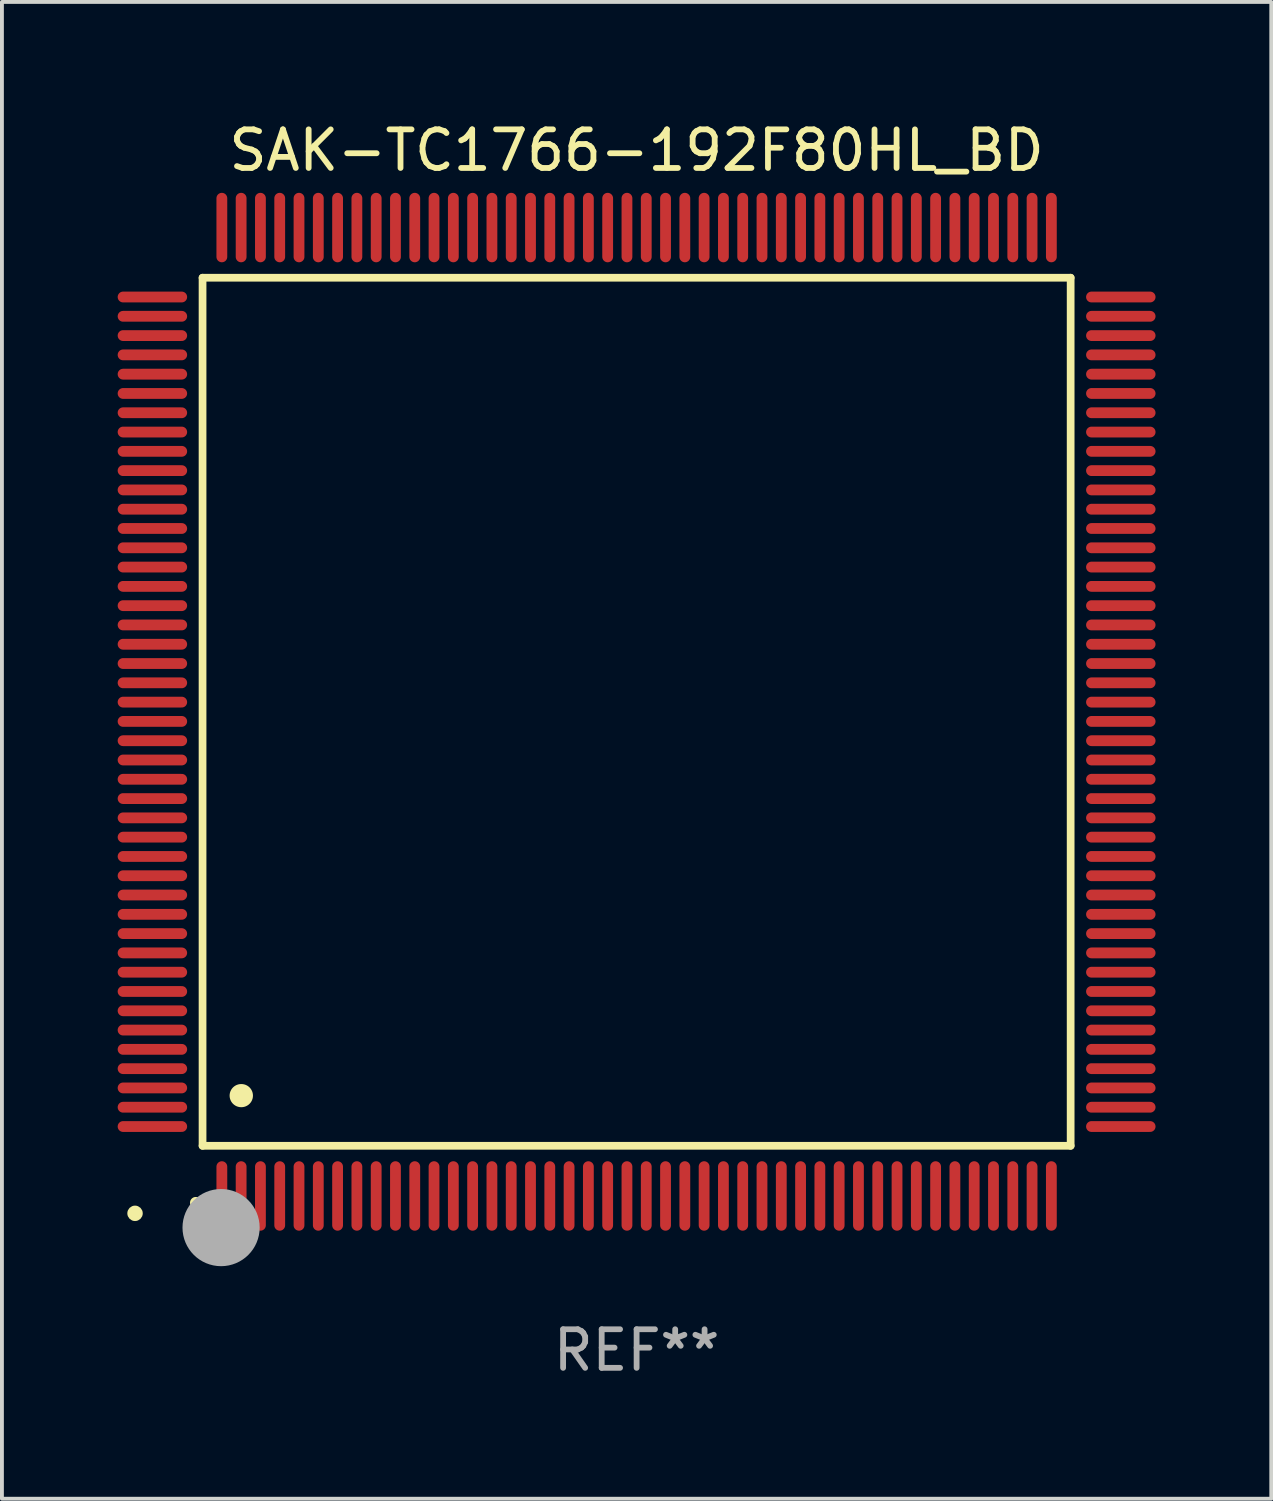
<source format=kicad_pcb>
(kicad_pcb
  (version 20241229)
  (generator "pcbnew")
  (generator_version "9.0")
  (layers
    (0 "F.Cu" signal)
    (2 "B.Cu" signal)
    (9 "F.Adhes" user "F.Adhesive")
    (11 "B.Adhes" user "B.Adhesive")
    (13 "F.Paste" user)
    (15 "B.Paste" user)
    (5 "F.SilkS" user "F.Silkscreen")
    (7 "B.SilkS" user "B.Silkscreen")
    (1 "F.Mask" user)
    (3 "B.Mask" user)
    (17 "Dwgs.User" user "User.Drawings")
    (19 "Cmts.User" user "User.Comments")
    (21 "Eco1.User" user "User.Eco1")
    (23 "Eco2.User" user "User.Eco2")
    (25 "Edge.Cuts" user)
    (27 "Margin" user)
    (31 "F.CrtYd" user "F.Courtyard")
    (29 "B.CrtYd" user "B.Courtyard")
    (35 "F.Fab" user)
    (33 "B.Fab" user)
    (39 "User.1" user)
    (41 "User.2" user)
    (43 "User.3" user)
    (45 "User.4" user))
  (footprint "SAK-TC1766-192F80HL_BD"
    (layer "F.Cu")
    (at 13.45 15.398)
    (property "Reference" "SAK-TC1766-192F80HL_BD" (at 0 -14.55 0) (layer "F.SilkS") (effects (font (size 1 1) (thickness 0.15))))
    (attr through_hole)
    (fp_line (start -11.25 -11.25) (end 11.25 -11.25) (stroke (width 0.2) (type solid)) (layer "F.SilkS"))
    (fp_line (start -11.25 11.25) (end -11.25 -11.25) (stroke (width 0.2) (type solid)) (layer "F.SilkS"))
    (fp_line (start 11.25 -11.25) (end 11.25 11.25) (stroke (width 0.2) (type solid)) (layer "F.SilkS"))
    (fp_line (start 11.25 11.25) (end -11.25 11.25) (stroke (width 0.2) (type solid)) (layer "F.SilkS"))
    (fp_arc (start -11.424943 12.725425) (mid -11.423673 12.72542) (end -11.422403 12.725425) (stroke (width 0.3) (type solid)) (layer "F.SilkS"))
    (fp_arc (start -10.24892 9.9492) (mid -10.24638 9.949189) (end -10.24384 9.9492) (stroke (width 0.6) (type solid)) (layer "F.SilkS"))
    (fp_circle (center -13 13) (end -12.9 13) (stroke (width 0.2) (type solid)) (fill no) (layer "F.SilkS"))
    (fp_circle (center -10.77 13.37) (end -10.27 13.37) (stroke (width 1) (type solid)) (fill no) (layer "F.Fab"))
    (fp_text user "REF**" (at 0 16.55 0) (layer "F.Fab") (effects (font (size 1 1) (thickness 0.15))))
    (pad "1" smd oval (at -10.75 12.55) (size 0.28 1.8) (layers "F.Cu" "F.Mask" "F.Paste"))
    (pad "2" smd oval (at -10.25 12.55) (size 0.28 1.8) (layers "F.Cu" "F.Mask" "F.Paste"))
    (pad "3" smd oval (at -9.75 12.55) (size 0.28 1.8) (layers "F.Cu" "F.Mask" "F.Paste"))
    (pad "4" smd oval (at -9.25 12.55) (size 0.28 1.8) (layers "F.Cu" "F.Mask" "F.Paste"))
    (pad "5" smd oval (at -8.75 12.55) (size 0.28 1.8) (layers "F.Cu" "F.Mask" "F.Paste"))
    (pad "6" smd oval (at -8.25 12.55) (size 0.28 1.8) (layers "F.Cu" "F.Mask" "F.Paste"))
    (pad "7" smd oval (at -7.75 12.55) (size 0.28 1.8) (layers "F.Cu" "F.Mask" "F.Paste"))
    (pad "8" smd oval (at -7.25 12.55) (size 0.28 1.8) (layers "F.Cu" "F.Mask" "F.Paste"))
    (pad "9" smd oval (at -6.75 12.55) (size 0.28 1.8) (layers "F.Cu" "F.Mask" "F.Paste"))
    (pad "10" smd oval (at -6.25 12.55) (size 0.28 1.8) (layers "F.Cu" "F.Mask" "F.Paste"))
    (pad "11" smd oval (at -5.75 12.55) (size 0.28 1.8) (layers "F.Cu" "F.Mask" "F.Paste"))
    (pad "12" smd oval (at -5.25 12.55) (size 0.28 1.8) (layers "F.Cu" "F.Mask" "F.Paste"))
    (pad "13" smd oval (at -4.75 12.55) (size 0.28 1.8) (layers "F.Cu" "F.Mask" "F.Paste"))
    (pad "14" smd oval (at -4.25 12.55) (size 0.28 1.8) (layers "F.Cu" "F.Mask" "F.Paste"))
    (pad "15" smd oval (at -3.75 12.55) (size 0.28 1.8) (layers "F.Cu" "F.Mask" "F.Paste"))
    (pad "16" smd oval (at -3.25 12.55) (size 0.28 1.8) (layers "F.Cu" "F.Mask" "F.Paste"))
    (pad "17" smd oval (at -2.75 12.55) (size 0.28 1.8) (layers "F.Cu" "F.Mask" "F.Paste"))
    (pad "18" smd oval (at -2.25 12.55) (size 0.28 1.8) (layers "F.Cu" "F.Mask" "F.Paste"))
    (pad "19" smd oval (at -1.75 12.55) (size 0.28 1.8) (layers "F.Cu" "F.Mask" "F.Paste"))
    (pad "20" smd oval (at -1.25 12.55) (size 0.28 1.8) (layers "F.Cu" "F.Mask" "F.Paste"))
    (pad "21" smd oval (at -0.75 12.55) (size 0.28 1.8) (layers "F.Cu" "F.Mask" "F.Paste"))
    (pad "22" smd oval (at -0.25 12.55) (size 0.28 1.8) (layers "F.Cu" "F.Mask" "F.Paste"))
    (pad "23" smd oval (at 0.25 12.55) (size 0.28 1.8) (layers "F.Cu" "F.Mask" "F.Paste"))
    (pad "24" smd oval (at 0.75 12.55) (size 0.28 1.8) (layers "F.Cu" "F.Mask" "F.Paste"))
    (pad "25" smd oval (at 1.25 12.55) (size 0.28 1.8) (layers "F.Cu" "F.Mask" "F.Paste"))
    (pad "26" smd oval (at 1.75 12.55) (size 0.28 1.8) (layers "F.Cu" "F.Mask" "F.Paste"))
    (pad "27" smd oval (at 2.25 12.55) (size 0.28 1.8) (layers "F.Cu" "F.Mask" "F.Paste"))
    (pad "28" smd oval (at 2.75 12.55) (size 0.28 1.8) (layers "F.Cu" "F.Mask" "F.Paste"))
    (pad "29" smd oval (at 3.25 12.55) (size 0.28 1.8) (layers "F.Cu" "F.Mask" "F.Paste"))
    (pad "30" smd oval (at 3.75 12.55) (size 0.28 1.8) (layers "F.Cu" "F.Mask" "F.Paste"))
    (pad "31" smd oval (at 4.25 12.55) (size 0.28 1.8) (layers "F.Cu" "F.Mask" "F.Paste"))
    (pad "32" smd oval (at 4.75 12.55) (size 0.28 1.8) (layers "F.Cu" "F.Mask" "F.Paste"))
    (pad "33" smd oval (at 5.25 12.55) (size 0.28 1.8) (layers "F.Cu" "F.Mask" "F.Paste"))
    (pad "34" smd oval (at 5.75 12.55) (size 0.28 1.8) (layers "F.Cu" "F.Mask" "F.Paste"))
    (pad "35" smd oval (at 6.25 12.55) (size 0.28 1.8) (layers "F.Cu" "F.Mask" "F.Paste"))
    (pad "36" smd oval (at 6.75 12.55) (size 0.28 1.8) (layers "F.Cu" "F.Mask" "F.Paste"))
    (pad "37" smd oval (at 7.25 12.55) (size 0.28 1.8) (layers "F.Cu" "F.Mask" "F.Paste"))
    (pad "38" smd oval (at 7.75 12.55) (size 0.28 1.8) (layers "F.Cu" "F.Mask" "F.Paste"))
    (pad "39" smd oval (at 8.25 12.55) (size 0.28 1.8) (layers "F.Cu" "F.Mask" "F.Paste"))
    (pad "40" smd oval (at 8.75 12.55) (size 0.28 1.8) (layers "F.Cu" "F.Mask" "F.Paste"))
    (pad "41" smd oval (at 9.25 12.55) (size 0.28 1.8) (layers "F.Cu" "F.Mask" "F.Paste"))
    (pad "42" smd oval (at 9.75 12.55) (size 0.28 1.8) (layers "F.Cu" "F.Mask" "F.Paste"))
    (pad "43" smd oval (at 10.25 12.55) (size 0.28 1.8) (layers "F.Cu" "F.Mask" "F.Paste"))
    (pad "44" smd oval (at 10.75 12.55) (size 0.28 1.8) (layers "F.Cu" "F.Mask" "F.Paste"))
    (pad "45" smd oval (at 12.55 10.75) (size 1.8 0.28) (layers "F.Cu" "F.Mask" "F.Paste"))
    (pad "46" smd oval (at 12.55 10.25) (size 1.8 0.28) (layers "F.Cu" "F.Mask" "F.Paste"))
    (pad "47" smd oval (at 12.55 9.75) (size 1.8 0.28) (layers "F.Cu" "F.Mask" "F.Paste"))
    (pad "48" smd oval (at 12.55 9.25) (size 1.8 0.28) (layers "F.Cu" "F.Mask" "F.Paste"))
    (pad "49" smd oval (at 12.55 8.75) (size 1.8 0.28) (layers "F.Cu" "F.Mask" "F.Paste"))
    (pad "50" smd oval (at 12.55 8.25) (size 1.8 0.28) (layers "F.Cu" "F.Mask" "F.Paste"))
    (pad "51" smd oval (at 12.55 7.75) (size 1.8 0.28) (layers "F.Cu" "F.Mask" "F.Paste"))
    (pad "52" smd oval (at 12.55 7.25) (size 1.8 0.28) (layers "F.Cu" "F.Mask" "F.Paste"))
    (pad "53" smd oval (at 12.55 6.75) (size 1.8 0.28) (layers "F.Cu" "F.Mask" "F.Paste"))
    (pad "54" smd oval (at 12.55 6.25) (size 1.8 0.28) (layers "F.Cu" "F.Mask" "F.Paste"))
    (pad "55" smd oval (at 12.55 5.75) (size 1.8 0.28) (layers "F.Cu" "F.Mask" "F.Paste"))
    (pad "56" smd oval (at 12.55 5.25) (size 1.8 0.28) (layers "F.Cu" "F.Mask" "F.Paste"))
    (pad "57" smd oval (at 12.55 4.75) (size 1.8 0.28) (layers "F.Cu" "F.Mask" "F.Paste"))
    (pad "58" smd oval (at 12.55 4.25) (size 1.8 0.28) (layers "F.Cu" "F.Mask" "F.Paste"))
    (pad "59" smd oval (at 12.55 3.75) (size 1.8 0.28) (layers "F.Cu" "F.Mask" "F.Paste"))
    (pad "60" smd oval (at 12.55 3.25) (size 1.8 0.28) (layers "F.Cu" "F.Mask" "F.Paste"))
    (pad "61" smd oval (at 12.55 2.75) (size 1.8 0.28) (layers "F.Cu" "F.Mask" "F.Paste"))
    (pad "62" smd oval (at 12.55 2.25) (size 1.8 0.28) (layers "F.Cu" "F.Mask" "F.Paste"))
    (pad "63" smd oval (at 12.55 1.75) (size 1.8 0.28) (layers "F.Cu" "F.Mask" "F.Paste"))
    (pad "64" smd oval (at 12.55 1.25) (size 1.8 0.28) (layers "F.Cu" "F.Mask" "F.Paste"))
    (pad "65" smd oval (at 12.55 0.75) (size 1.8 0.28) (layers "F.Cu" "F.Mask" "F.Paste"))
    (pad "66" smd oval (at 12.55 0.25) (size 1.8 0.28) (layers "F.Cu" "F.Mask" "F.Paste"))
    (pad "67" smd oval (at 12.55 -0.25) (size 1.8 0.28) (layers "F.Cu" "F.Mask" "F.Paste"))
    (pad "68" smd oval (at 12.55 -0.75) (size 1.8 0.28) (layers "F.Cu" "F.Mask" "F.Paste"))
    (pad "69" smd oval (at 12.55 -1.25) (size 1.8 0.28) (layers "F.Cu" "F.Mask" "F.Paste"))
    (pad "70" smd oval (at 12.55 -1.75) (size 1.8 0.28) (layers "F.Cu" "F.Mask" "F.Paste"))
    (pad "71" smd oval (at 12.55 -2.25) (size 1.8 0.28) (layers "F.Cu" "F.Mask" "F.Paste"))
    (pad "72" smd oval (at 12.55 -2.75) (size 1.8 0.28) (layers "F.Cu" "F.Mask" "F.Paste"))
    (pad "73" smd oval (at 12.55 -3.25) (size 1.8 0.28) (layers "F.Cu" "F.Mask" "F.Paste"))
    (pad "74" smd oval (at 12.55 -3.75) (size 1.8 0.28) (layers "F.Cu" "F.Mask" "F.Paste"))
    (pad "75" smd oval (at 12.55 -4.25) (size 1.8 0.28) (layers "F.Cu" "F.Mask" "F.Paste"))
    (pad "76" smd oval (at 12.55 -4.75) (size 1.8 0.28) (layers "F.Cu" "F.Mask" "F.Paste"))
    (pad "77" smd oval (at 12.55 -5.25) (size 1.8 0.28) (layers "F.Cu" "F.Mask" "F.Paste"))
    (pad "78" smd oval (at 12.55 -5.75) (size 1.8 0.28) (layers "F.Cu" "F.Mask" "F.Paste"))
    (pad "79" smd oval (at 12.55 -6.25) (size 1.8 0.28) (layers "F.Cu" "F.Mask" "F.Paste"))
    (pad "80" smd oval (at 12.55 -6.75) (size 1.8 0.28) (layers "F.Cu" "F.Mask" "F.Paste"))
    (pad "81" smd oval (at 12.55 -7.25) (size 1.8 0.28) (layers "F.Cu" "F.Mask" "F.Paste"))
    (pad "82" smd oval (at 12.55 -7.75) (size 1.8 0.28) (layers "F.Cu" "F.Mask" "F.Paste"))
    (pad "83" smd oval (at 12.55 -8.25) (size 1.8 0.28) (layers "F.Cu" "F.Mask" "F.Paste"))
    (pad "84" smd oval (at 12.55 -8.75) (size 1.8 0.28) (layers "F.Cu" "F.Mask" "F.Paste"))
    (pad "85" smd oval (at 12.55 -9.25) (size 1.8 0.28) (layers "F.Cu" "F.Mask" "F.Paste"))
    (pad "86" smd oval (at 12.55 -9.75) (size 1.8 0.28) (layers "F.Cu" "F.Mask" "F.Paste"))
    (pad "87" smd oval (at 12.55 -10.25) (size 1.8 0.28) (layers "F.Cu" "F.Mask" "F.Paste"))
    (pad "88" smd oval (at 12.55 -10.75) (size 1.8 0.28) (layers "F.Cu" "F.Mask" "F.Paste"))
    (pad "89" smd oval (at 10.75 -12.55) (size 0.28 1.8) (layers "F.Cu" "F.Mask" "F.Paste"))
    (pad "90" smd oval (at 10.25 -12.55) (size 0.28 1.8) (layers "F.Cu" "F.Mask" "F.Paste"))
    (pad "91" smd oval (at 9.75 -12.55) (size 0.28 1.8) (layers "F.Cu" "F.Mask" "F.Paste"))
    (pad "92" smd oval (at 9.25 -12.55) (size 0.28 1.8) (layers "F.Cu" "F.Mask" "F.Paste"))
    (pad "93" smd oval (at 8.75 -12.55) (size 0.28 1.8) (layers "F.Cu" "F.Mask" "F.Paste"))
    (pad "94" smd oval (at 8.25 -12.55) (size 0.28 1.8) (layers "F.Cu" "F.Mask" "F.Paste"))
    (pad "95" smd oval (at 7.75 -12.55) (size 0.28 1.8) (layers "F.Cu" "F.Mask" "F.Paste"))
    (pad "96" smd oval (at 7.25 -12.55) (size 0.28 1.8) (layers "F.Cu" "F.Mask" "F.Paste"))
    (pad "97" smd oval (at 6.75 -12.55) (size 0.28 1.8) (layers "F.Cu" "F.Mask" "F.Paste"))
    (pad "98" smd oval (at 6.25 -12.55) (size 0.28 1.8) (layers "F.Cu" "F.Mask" "F.Paste"))
    (pad "99" smd oval (at 5.75 -12.55) (size 0.28 1.8) (layers "F.Cu" "F.Mask" "F.Paste"))
    (pad "100" smd oval (at 5.25 -12.55) (size 0.28 1.8) (layers "F.Cu" "F.Mask" "F.Paste"))
    (pad "101" smd oval (at 4.75 -12.55) (size 0.28 1.8) (layers "F.Cu" "F.Mask" "F.Paste"))
    (pad "102" smd oval (at 4.25 -12.55) (size 0.28 1.8) (layers "F.Cu" "F.Mask" "F.Paste"))
    (pad "103" smd oval (at 3.75 -12.55) (size 0.28 1.8) (layers "F.Cu" "F.Mask" "F.Paste"))
    (pad "104" smd oval (at 3.25 -12.55) (size 0.28 1.8) (layers "F.Cu" "F.Mask" "F.Paste"))
    (pad "105" smd oval (at 2.75 -12.55) (size 0.28 1.8) (layers "F.Cu" "F.Mask" "F.Paste"))
    (pad "106" smd oval (at 2.25 -12.55) (size 0.28 1.8) (layers "F.Cu" "F.Mask" "F.Paste"))
    (pad "107" smd oval (at 1.75 -12.55) (size 0.28 1.8) (layers "F.Cu" "F.Mask" "F.Paste"))
    (pad "108" smd oval (at 1.25 -12.55) (size 0.28 1.8) (layers "F.Cu" "F.Mask" "F.Paste"))
    (pad "109" smd oval (at 0.75 -12.55) (size 0.28 1.8) (layers "F.Cu" "F.Mask" "F.Paste"))
    (pad "110" smd oval (at 0.25 -12.55) (size 0.28 1.8) (layers "F.Cu" "F.Mask" "F.Paste"))
    (pad "111" smd oval (at -0.25 -12.55) (size 0.28 1.8) (layers "F.Cu" "F.Mask" "F.Paste"))
    (pad "112" smd oval (at -0.75 -12.55) (size 0.28 1.8) (layers "F.Cu" "F.Mask" "F.Paste"))
    (pad "113" smd oval (at -1.25 -12.55) (size 0.28 1.8) (layers "F.Cu" "F.Mask" "F.Paste"))
    (pad "114" smd oval (at -1.75 -12.55) (size 0.28 1.8) (layers "F.Cu" "F.Mask" "F.Paste"))
    (pad "115" smd oval (at -2.25 -12.55) (size 0.28 1.8) (layers "F.Cu" "F.Mask" "F.Paste"))
    (pad "116" smd oval (at -2.75 -12.55) (size 0.28 1.8) (layers "F.Cu" "F.Mask" "F.Paste"))
    (pad "117" smd oval (at -3.25 -12.55) (size 0.28 1.8) (layers "F.Cu" "F.Mask" "F.Paste"))
    (pad "118" smd oval (at -3.75 -12.55) (size 0.28 1.8) (layers "F.Cu" "F.Mask" "F.Paste"))
    (pad "119" smd oval (at -4.25 -12.55) (size 0.28 1.8) (layers "F.Cu" "F.Mask" "F.Paste"))
    (pad "120" smd oval (at -4.75 -12.55) (size 0.28 1.8) (layers "F.Cu" "F.Mask" "F.Paste"))
    (pad "121" smd oval (at -5.25 -12.55) (size 0.28 1.8) (layers "F.Cu" "F.Mask" "F.Paste"))
    (pad "122" smd oval (at -5.75 -12.55) (size 0.28 1.8) (layers "F.Cu" "F.Mask" "F.Paste"))
    (pad "123" smd oval (at -6.25 -12.55) (size 0.28 1.8) (layers "F.Cu" "F.Mask" "F.Paste"))
    (pad "124" smd oval (at -6.75 -12.55) (size 0.28 1.8) (layers "F.Cu" "F.Mask" "F.Paste"))
    (pad "125" smd oval (at -7.25 -12.55) (size 0.28 1.8) (layers "F.Cu" "F.Mask" "F.Paste"))
    (pad "126" smd oval (at -7.75 -12.55) (size 0.28 1.8) (layers "F.Cu" "F.Mask" "F.Paste"))
    (pad "127" smd oval (at -8.25 -12.55) (size 0.28 1.8) (layers "F.Cu" "F.Mask" "F.Paste"))
    (pad "128" smd oval (at -8.75 -12.55) (size 0.28 1.8) (layers "F.Cu" "F.Mask" "F.Paste"))
    (pad "129" smd oval (at -9.25 -12.55) (size 0.28 1.8) (layers "F.Cu" "F.Mask" "F.Paste"))
    (pad "130" smd oval (at -9.75 -12.55) (size 0.28 1.8) (layers "F.Cu" "F.Mask" "F.Paste"))
    (pad "131" smd oval (at -10.25 -12.55) (size 0.28 1.8) (layers "F.Cu" "F.Mask" "F.Paste"))
    (pad "132" smd oval (at -10.75 -12.55) (size 0.28 1.8) (layers "F.Cu" "F.Mask" "F.Paste"))
    (pad "133" smd oval (at -12.55 -10.75) (size 1.8 0.28) (layers "F.Cu" "F.Mask" "F.Paste"))
    (pad "134" smd oval (at -12.55 -10.25) (size 1.8 0.28) (layers "F.Cu" "F.Mask" "F.Paste"))
    (pad "135" smd oval (at -12.55 -9.75) (size 1.8 0.28) (layers "F.Cu" "F.Mask" "F.Paste"))
    (pad "136" smd oval (at -12.55 -9.25) (size 1.8 0.28) (layers "F.Cu" "F.Mask" "F.Paste"))
    (pad "137" smd oval (at -12.55 -8.75) (size 1.8 0.28) (layers "F.Cu" "F.Mask" "F.Paste"))
    (pad "138" smd oval (at -12.55 -8.25) (size 1.8 0.28) (layers "F.Cu" "F.Mask" "F.Paste"))
    (pad "139" smd oval (at -12.55 -7.75) (size 1.8 0.28) (layers "F.Cu" "F.Mask" "F.Paste"))
    (pad "140" smd oval (at -12.55 -7.25) (size 1.8 0.28) (layers "F.Cu" "F.Mask" "F.Paste"))
    (pad "141" smd oval (at -12.55 -6.75) (size 1.8 0.28) (layers "F.Cu" "F.Mask" "F.Paste"))
    (pad "142" smd oval (at -12.55 -6.25) (size 1.8 0.28) (layers "F.Cu" "F.Mask" "F.Paste"))
    (pad "143" smd oval (at -12.55 -5.75) (size 1.8 0.28) (layers "F.Cu" "F.Mask" "F.Paste"))
    (pad "144" smd oval (at -12.55 -5.25) (size 1.8 0.28) (layers "F.Cu" "F.Mask" "F.Paste"))
    (pad "145" smd oval (at -12.55 -4.75) (size 1.8 0.28) (layers "F.Cu" "F.Mask" "F.Paste"))
    (pad "146" smd oval (at -12.55 -4.25) (size 1.8 0.28) (layers "F.Cu" "F.Mask" "F.Paste"))
    (pad "147" smd oval (at -12.55 -3.75) (size 1.8 0.28) (layers "F.Cu" "F.Mask" "F.Paste"))
    (pad "148" smd oval (at -12.55 -3.25) (size 1.8 0.28) (layers "F.Cu" "F.Mask" "F.Paste"))
    (pad "149" smd oval (at -12.55 -2.75) (size 1.8 0.28) (layers "F.Cu" "F.Mask" "F.Paste"))
    (pad "150" smd oval (at -12.55 -2.25) (size 1.8 0.28) (layers "F.Cu" "F.Mask" "F.Paste"))
    (pad "151" smd oval (at -12.55 -1.75) (size 1.8 0.28) (layers "F.Cu" "F.Mask" "F.Paste"))
    (pad "152" smd oval (at -12.55 -1.25) (size 1.8 0.28) (layers "F.Cu" "F.Mask" "F.Paste"))
    (pad "153" smd oval (at -12.55 -0.75) (size 1.8 0.28) (layers "F.Cu" "F.Mask" "F.Paste"))
    (pad "154" smd oval (at -12.55 -0.25) (size 1.8 0.28) (layers "F.Cu" "F.Mask" "F.Paste"))
    (pad "155" smd oval (at -12.55 0.25) (size 1.8 0.28) (layers "F.Cu" "F.Mask" "F.Paste"))
    (pad "156" smd oval (at -12.55 0.75) (size 1.8 0.28) (layers "F.Cu" "F.Mask" "F.Paste"))
    (pad "157" smd oval (at -12.55 1.25) (size 1.8 0.28) (layers "F.Cu" "F.Mask" "F.Paste"))
    (pad "158" smd oval (at -12.55 1.75) (size 1.8 0.28) (layers "F.Cu" "F.Mask" "F.Paste"))
    (pad "159" smd oval (at -12.55 2.25) (size 1.8 0.28) (layers "F.Cu" "F.Mask" "F.Paste"))
    (pad "160" smd oval (at -12.55 2.75) (size 1.8 0.28) (layers "F.Cu" "F.Mask" "F.Paste"))
    (pad "161" smd oval (at -12.55 3.25) (size 1.8 0.28) (layers "F.Cu" "F.Mask" "F.Paste"))
    (pad "162" smd oval (at -12.55 3.75) (size 1.8 0.28) (layers "F.Cu" "F.Mask" "F.Paste"))
    (pad "163" smd oval (at -12.55 4.25) (size 1.8 0.28) (layers "F.Cu" "F.Mask" "F.Paste"))
    (pad "164" smd oval (at -12.55 4.75) (size 1.8 0.28) (layers "F.Cu" "F.Mask" "F.Paste"))
    (pad "165" smd oval (at -12.55 5.25) (size 1.8 0.28) (layers "F.Cu" "F.Mask" "F.Paste"))
    (pad "166" smd oval (at -12.55 5.75) (size 1.8 0.28) (layers "F.Cu" "F.Mask" "F.Paste"))
    (pad "167" smd oval (at -12.55 6.25) (size 1.8 0.28) (layers "F.Cu" "F.Mask" "F.Paste"))
    (pad "168" smd oval (at -12.55 6.75) (size 1.8 0.28) (layers "F.Cu" "F.Mask" "F.Paste"))
    (pad "169" smd oval (at -12.55 7.25) (size 1.8 0.28) (layers "F.Cu" "F.Mask" "F.Paste"))
    (pad "170" smd oval (at -12.55 7.75) (size 1.8 0.28) (layers "F.Cu" "F.Mask" "F.Paste"))
    (pad "171" smd oval (at -12.55 8.25) (size 1.8 0.28) (layers "F.Cu" "F.Mask" "F.Paste"))
    (pad "172" smd oval (at -12.55 8.75) (size 1.8 0.28) (layers "F.Cu" "F.Mask" "F.Paste"))
    (pad "173" smd oval (at -12.55 9.25) (size 1.8 0.28) (layers "F.Cu" "F.Mask" "F.Paste"))
    (pad "174" smd oval (at -12.55 9.75) (size 1.8 0.28) (layers "F.Cu" "F.Mask" "F.Paste"))
    (pad "175" smd oval (at -12.55 10.25) (size 1.8 0.28) (layers "F.Cu" "F.Mask" "F.Paste"))
    (pad "176" smd oval (at -12.55 10.75) (size 1.8 0.28) (layers "F.Cu" "F.Mask" "F.Paste")))
  (gr_rect
    (start -3 -3)
    (end 29.9 35.796)
    (stroke (width 0.1) (type default))
    (fill no)
    (layer "Edge.Cuts")))
</source>
